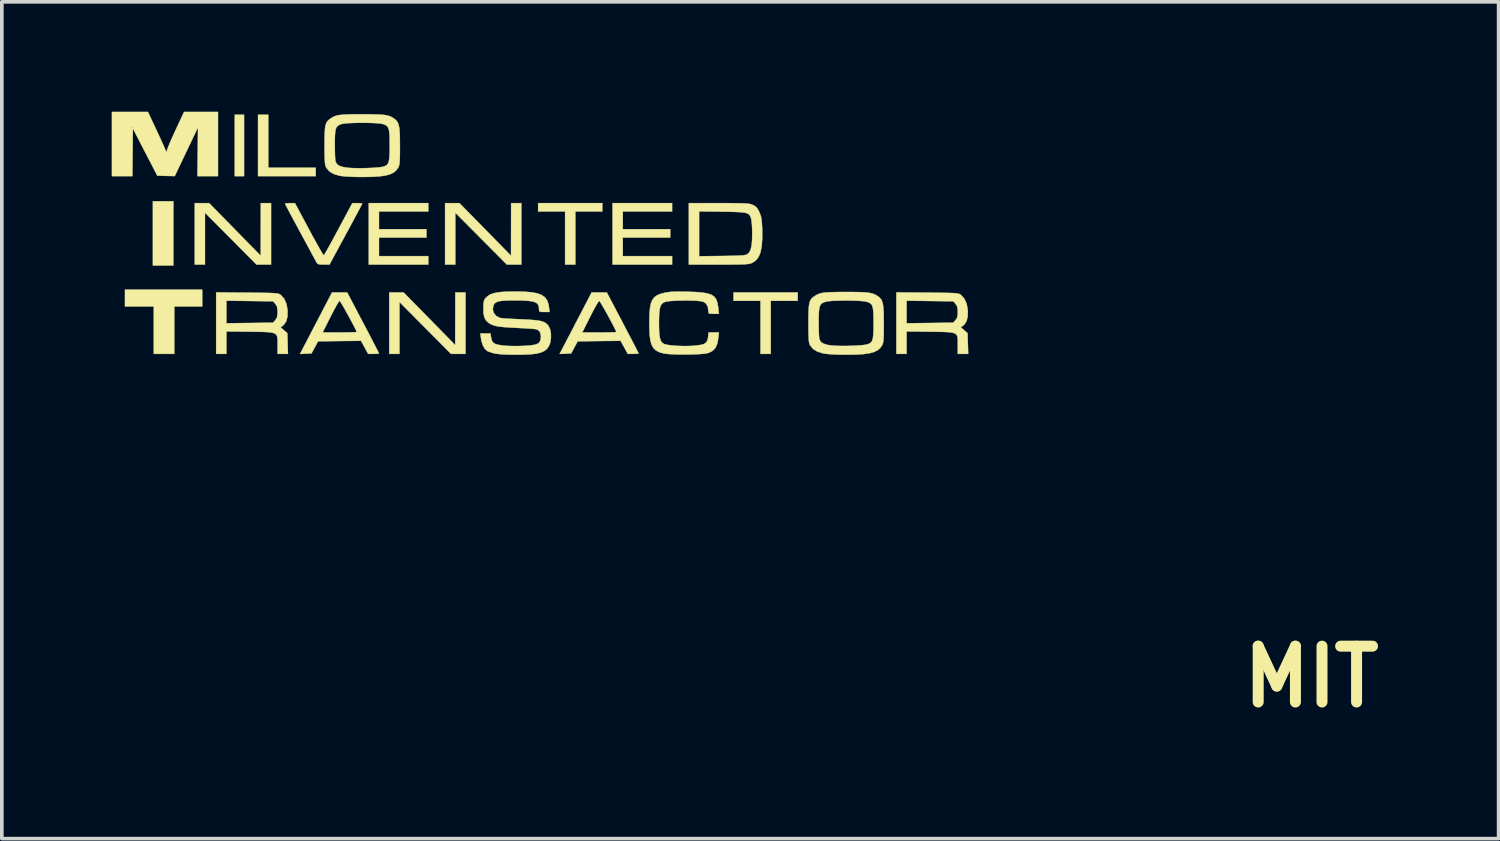
<source format=kicad_pcb>
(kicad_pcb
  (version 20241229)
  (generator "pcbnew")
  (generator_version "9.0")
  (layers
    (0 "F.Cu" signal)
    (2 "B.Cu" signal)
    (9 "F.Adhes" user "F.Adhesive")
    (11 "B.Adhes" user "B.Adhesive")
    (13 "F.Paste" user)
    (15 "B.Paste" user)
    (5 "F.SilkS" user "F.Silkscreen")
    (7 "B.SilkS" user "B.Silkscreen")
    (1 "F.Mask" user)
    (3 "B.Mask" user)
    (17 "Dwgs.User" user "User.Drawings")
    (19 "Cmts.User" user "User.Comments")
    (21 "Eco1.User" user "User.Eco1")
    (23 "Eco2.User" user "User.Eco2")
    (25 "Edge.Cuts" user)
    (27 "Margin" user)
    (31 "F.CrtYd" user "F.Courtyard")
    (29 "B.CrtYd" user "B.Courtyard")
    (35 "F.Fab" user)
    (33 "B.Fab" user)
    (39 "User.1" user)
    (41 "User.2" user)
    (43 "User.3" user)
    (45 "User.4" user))
  (footprint "MIT"
    (layer "F.Cu")
    (at 32.746 15.423)
    (property "Reference" "MIT" (at 0 0 0) (layer "F.SilkS") (effects (font (size 1.524 1.524) (thickness 0.3))))
    (attr through_hole)
    (fp_poly (pts (xy -31.064 -11.227) (xy -31.623 -11.227) (xy -31.623 -12.979) (xy -31.064 -12.979) (xy -31.064 -11.227)) (stroke (width 0.01) (type solid)) (fill yes) (layer "F.SilkS"))
    (fp_poly (pts (xy -29.134 -13.665) (xy -29.388 -13.665) (xy -29.388 -15.342) (xy -29.134 -15.342) (xy -29.134 -13.665)) (stroke (width 0.01) (type solid)) (fill yes) (layer "F.SilkS"))
    (fp_poly (pts (xy -28.473 -13.894) (xy -27.178 -13.894) (xy -27.178 -13.665) (xy -28.753 -13.665) (xy -28.753 -15.342) (xy -28.473 -15.342) (xy -28.473 -13.894)) (stroke (width 0.01) (type solid)) (fill yes) (layer "F.SilkS"))
    (fp_poly (pts (xy -30.277 -10.109) (xy -31.039 -10.109) (xy -31.039 -8.814) (xy -31.598 -8.814) (xy -31.598 -10.109) (xy -32.385 -10.109) (xy -32.385 -10.566) (xy -30.277 -10.566) (xy -30.277 -10.109)) (stroke (width 0.01) (type solid)) (fill yes) (layer "F.SilkS"))
    (fp_poly (pts (xy -19.355 -12.7) (xy -20.091 -12.7) (xy -20.091 -11.252) (xy -20.371 -11.252) (xy -20.371 -12.7) (xy -21.107 -12.7) (xy -21.107 -12.929) (xy -19.355 -12.929) (xy -19.355 -12.7)) (stroke (width 0.01) (type solid)) (fill yes) (layer "F.SilkS"))
    (fp_poly (pts (xy -14.021 -10.262) (xy -14.757 -10.262) (xy -14.757 -8.814) (xy -15.037 -8.814) (xy -15.037 -10.262) (xy -15.773 -10.262) (xy -15.773 -10.49) (xy -14.021 -10.49) (xy -14.021 -10.262)) (stroke (width 0.01) (type solid)) (fill yes) (layer "F.SilkS"))
    (fp_poly (pts (xy -29.384 -12.211) (xy -28.679 -11.493) (xy -28.677 -12.929) (xy -28.397 -12.929) (xy -28.397 -11.252) (xy -28.794 -11.252) (xy -29.497 -11.96) (xy -30.201 -12.667) (xy -30.201 -11.252) (xy -30.48 -11.252) (xy -30.48 -12.929) (xy -30.088 -12.929) (xy -29.384 -12.211)) (stroke (width 0.01) (type solid)) (fill yes) (layer "F.SilkS"))
    (fp_poly (pts (xy -24.105 -12.7) (xy -25.451 -12.7) (xy -25.451 -12.217) (xy -24.155 -12.217) (xy -24.155 -11.989) (xy -25.451 -11.989) (xy -25.451 -11.481) (xy -24.105 -11.481) (xy -24.105 -11.252) (xy -25.73 -11.252) (xy -25.73 -12.929) (xy -24.105 -12.929) (xy -24.105 -12.7)) (stroke (width 0.01) (type solid)) (fill yes) (layer "F.SilkS"))
    (fp_poly (pts (xy -24.075 -9.773) (xy -23.371 -9.055) (xy -23.368 -10.49) (xy -23.089 -10.49) (xy -23.089 -8.814) (xy -23.485 -8.814) (xy -24.189 -9.521) (xy -24.892 -10.229) (xy -24.892 -8.814) (xy -25.171 -8.814) (xy -25.171 -10.49) (xy -24.78 -10.49) (xy -24.075 -9.773)) (stroke (width 0.01) (type solid)) (fill yes) (layer "F.SilkS"))
    (fp_poly (pts (xy -22.551 -12.211) (xy -21.847 -11.493) (xy -21.844 -12.929) (xy -21.565 -12.929) (xy -21.565 -11.252) (xy -21.961 -11.252) (xy -22.665 -11.96) (xy -23.368 -12.667) (xy -23.368 -11.252) (xy -23.647 -11.252) (xy -23.647 -12.929) (xy -23.256 -12.929) (xy -22.551 -12.211)) (stroke (width 0.01) (type solid)) (fill yes) (layer "F.SilkS"))
    (fp_poly (pts (xy -17.45 -12.7) (xy -18.796 -12.7) (xy -18.796 -12.217) (xy -17.501 -12.217) (xy -17.501 -11.989) (xy -18.796 -11.989) (xy -18.796 -11.481) (xy -17.45 -11.481) (xy -17.45 -11.252) (xy -19.075 -11.252) (xy -19.075 -12.929) (xy -17.45 -12.929) (xy -17.45 -12.7)) (stroke (width 0.01) (type solid)) (fill yes) (layer "F.SilkS"))
    (fp_poly (pts (xy -31.546 -14.967) (xy -31.477 -14.819) (xy -31.413 -14.679) (xy -31.357 -14.557) (xy -31.315 -14.461) (xy -31.29 -14.402) (xy -31.289 -14.402) (xy -31.263 -14.34) (xy -31.248 -14.323) (xy -31.243 -14.348) (xy -31.243 -14.349) (xy -31.232 -14.39) (xy -31.203 -14.469) (xy -31.158 -14.578) (xy -31.1 -14.71) (xy -31.034 -14.857) (xy -31.007 -14.914) (xy -30.772 -15.418) (xy -30.309 -15.418) (xy -29.845 -15.418) (xy -29.845 -13.665) (xy -30.407 -13.665) (xy -30.391 -14.999) (xy -30.709 -14.332) (xy -31.026 -13.666) (xy -31.264 -13.672) (xy -31.502 -13.678) (xy -31.836 -14.322) (xy -32.169 -14.967) (xy -32.176 -14.316) (xy -32.183 -13.665) (xy -32.741 -13.665) (xy -32.741 -14.999) (xy -32.207 -14.999) (xy -32.194 -14.986) (xy -32.182 -14.999) (xy -32.194 -15.011) (xy -32.207 -14.999) (xy -32.741 -14.999) (xy -32.741 -15.418) (xy -31.758 -15.418) (xy -31.546 -14.967)) (stroke (width 0.01) (type solid)) (fill yes) (layer "F.SilkS"))
    (fp_poly (pts (xy -27.361 -12.211) (xy -27.268 -12.037) (xy -27.181 -11.879) (xy -27.104 -11.742) (xy -27.04 -11.631) (xy -26.993 -11.551) (xy -26.964 -11.509) (xy -26.957 -11.503) (xy -26.941 -11.527) (xy -26.903 -11.59) (xy -26.848 -11.687) (xy -26.778 -11.813) (xy -26.697 -11.962) (xy -26.607 -12.129) (xy -26.558 -12.22) (xy -26.179 -12.929) (xy -26.044 -12.929) (xy -25.968 -12.926) (xy -25.919 -12.921) (xy -25.908 -12.916) (xy -25.92 -12.891) (xy -25.953 -12.827) (xy -26.005 -12.728) (xy -26.074 -12.6) (xy -26.156 -12.447) (xy -26.248 -12.275) (xy -26.349 -12.088) (xy -26.355 -12.078) (xy -26.802 -11.252) (xy -26.964 -11.252) (xy -27.054 -11.254) (xy -27.108 -11.264) (xy -27.139 -11.284) (xy -27.155 -11.309) (xy -27.174 -11.345) (xy -27.214 -11.419) (xy -27.273 -11.527) (xy -27.346 -11.663) (xy -27.431 -11.82) (xy -27.526 -11.995) (xy -27.601 -12.133) (xy -27.698 -12.314) (xy -27.788 -12.48) (xy -27.867 -12.627) (xy -27.931 -12.749) (xy -27.98 -12.841) (xy -28.009 -12.898) (xy -28.016 -12.914) (xy -27.993 -12.922) (xy -27.934 -12.927) (xy -27.881 -12.929) (xy -27.745 -12.929) (xy -27.361 -12.211)) (stroke (width 0.01) (type solid)) (fill yes) (layer "F.SilkS"))
    (fp_poly (pts (xy -25.885 -9.664) (xy -25.786 -9.476) (xy -25.695 -9.302) (xy -25.615 -9.147) (xy -25.548 -9.018) (xy -25.496 -8.917) (xy -25.463 -8.852) (xy -25.451 -8.826) (xy -25.451 -8.826) (xy -25.474 -8.819) (xy -25.534 -8.815) (xy -25.599 -8.814) (xy -25.747 -8.814) (xy -25.942 -9.17) (xy -26.528 -9.164) (xy -27.114 -9.157) (xy -27.293 -8.826) (xy -27.607 -8.811) (xy -27.424 -9.162) (xy -27.353 -9.299) (xy -27.301 -9.398) (xy -26.99 -9.398) (xy -26.525 -9.398) (xy -26.378 -9.399) (xy -26.25 -9.401) (xy -26.149 -9.404) (xy -26.083 -9.407) (xy -26.06 -9.411) (xy -26.072 -9.444) (xy -26.104 -9.511) (xy -26.151 -9.603) (xy -26.209 -9.713) (xy -26.273 -9.832) (xy -26.338 -9.95) (xy -26.4 -10.061) (xy -26.455 -10.155) (xy -26.497 -10.224) (xy -26.522 -10.259) (xy -26.526 -10.261) (xy -26.546 -10.24) (xy -26.585 -10.179) (xy -26.637 -10.088) (xy -26.7 -9.971) (xy -26.769 -9.837) (xy -26.773 -9.83) (xy -26.99 -9.398) (xy -27.301 -9.398) (xy -27.266 -9.466) (xy -27.17 -9.65) (xy -27.074 -9.835) (xy -26.988 -10.001) (xy -26.733 -10.49) (xy -26.526 -10.49) (xy -26.319 -10.49) (xy -25.885 -9.664)) (stroke (width 0.01) (type solid)) (fill yes) (layer "F.SilkS"))
    (fp_poly (pts (xy -18.798 -9.664) (xy -18.7 -9.476) (xy -18.609 -9.302) (xy -18.528 -9.147) (xy -18.461 -9.018) (xy -18.41 -8.917) (xy -18.376 -8.852) (xy -18.364 -8.826) (xy -18.364 -8.826) (xy -18.387 -8.819) (xy -18.447 -8.815) (xy -18.512 -8.814) (xy -18.66 -8.814) (xy -18.856 -9.17) (xy -19.442 -9.164) (xy -20.027 -9.157) (xy -20.206 -8.826) (xy -20.521 -8.811) (xy -20.338 -9.162) (xy -20.266 -9.299) (xy -20.215 -9.398) (xy -19.903 -9.398) (xy -19.439 -9.398) (xy -19.291 -9.399) (xy -19.163 -9.401) (xy -19.062 -9.404) (xy -18.997 -9.407) (xy -18.974 -9.411) (xy -18.985 -9.444) (xy -19.017 -9.511) (xy -19.064 -9.603) (xy -19.122 -9.713) (xy -19.186 -9.832) (xy -19.251 -9.95) (xy -19.314 -10.061) (xy -19.368 -10.155) (xy -19.411 -10.224) (xy -19.436 -10.259) (xy -19.44 -10.261) (xy -19.46 -10.24) (xy -19.498 -10.179) (xy -19.551 -10.088) (xy -19.614 -9.971) (xy -19.683 -9.837) (xy -19.686 -9.83) (xy -19.903 -9.398) (xy -20.215 -9.398) (xy -20.179 -9.466) (xy -20.084 -9.65) (xy -19.987 -9.835) (xy -19.901 -10.001) (xy -19.647 -10.49) (xy -19.44 -10.49) (xy -19.232 -10.49) (xy -18.798 -9.664)) (stroke (width 0.01) (type solid)) (fill yes) (layer "F.SilkS"))
    (fp_poly (pts (xy -29.051 -10.485) (xy -28.821 -10.483) (xy -28.636 -10.48) (xy -28.491 -10.478) (xy -28.38 -10.474) (xy -28.298 -10.47) (xy -28.239 -10.464) (xy -28.198 -10.456) (xy -28.169 -10.445) (xy -28.147 -10.433) (xy -28.139 -10.427) (xy -28.041 -10.322) (xy -27.977 -10.18) (xy -27.946 -10.002) (xy -27.946 -9.997) (xy -27.949 -9.831) (xy -27.982 -9.702) (xy -28.047 -9.608) (xy -28.074 -9.585) (xy -28.137 -9.538) (xy -28.045 -9.458) (xy -27.953 -9.379) (xy -27.936 -8.814) (xy -28.219 -8.814) (xy -28.219 -9.067) (xy -28.219 -9.164) (xy -28.222 -9.241) (xy -28.234 -9.3) (xy -28.259 -9.343) (xy -28.303 -9.374) (xy -28.372 -9.394) (xy -28.471 -9.406) (xy -28.604 -9.413) (xy -28.778 -9.416) (xy -28.987 -9.419) (xy -29.616 -9.427) (xy -29.616 -8.814) (xy -29.896 -8.814) (xy -29.896 -9.649) (xy -29.616 -9.649) (xy -28.979 -9.657) (xy -28.342 -9.665) (xy -28.281 -9.736) (xy -28.243 -9.79) (xy -28.225 -9.854) (xy -28.219 -9.947) (xy -28.219 -9.957) (xy -28.224 -10.053) (xy -28.241 -10.118) (xy -28.276 -10.173) (xy -28.281 -10.178) (xy -28.342 -10.249) (xy -29.616 -10.265) (xy -29.616 -9.649) (xy -29.896 -9.649) (xy -29.896 -10.492) (xy -29.051 -10.485)) (stroke (width 0.01) (type solid)) (fill yes) (layer "F.SilkS"))
    (fp_poly (pts (xy -10.484 -10.485) (xy -10.254 -10.483) (xy -10.069 -10.48) (xy -9.923 -10.478) (xy -9.813 -10.474) (xy -9.73 -10.47) (xy -9.672 -10.464) (xy -9.63 -10.456) (xy -9.602 -10.445) (xy -9.579 -10.433) (xy -9.571 -10.427) (xy -9.474 -10.322) (xy -9.409 -10.18) (xy -9.379 -10.002) (xy -9.378 -9.997) (xy -9.381 -9.831) (xy -9.415 -9.702) (xy -9.48 -9.608) (xy -9.507 -9.585) (xy -9.57 -9.538) (xy -9.477 -9.458) (xy -9.385 -9.379) (xy -9.368 -8.814) (xy -9.652 -8.814) (xy -9.652 -9.067) (xy -9.652 -9.164) (xy -9.655 -9.241) (xy -9.666 -9.3) (xy -9.692 -9.343) (xy -9.736 -9.374) (xy -9.805 -9.394) (xy -9.903 -9.406) (xy -10.037 -9.413) (xy -10.211 -9.416) (xy -10.419 -9.419) (xy -11.049 -9.427) (xy -11.049 -8.814) (xy -11.328 -8.814) (xy -11.328 -9.649) (xy -11.049 -9.649) (xy -10.412 -9.657) (xy -9.775 -9.665) (xy -9.713 -9.736) (xy -9.676 -9.79) (xy -9.657 -9.854) (xy -9.652 -9.947) (xy -9.652 -9.957) (xy -9.657 -10.053) (xy -9.674 -10.118) (xy -9.709 -10.173) (xy -9.713 -10.178) (xy -9.775 -10.249) (xy -11.049 -10.265) (xy -11.049 -9.649) (xy -11.328 -9.649) (xy -11.328 -10.492) (xy -10.484 -10.485)) (stroke (width 0.01) (type solid)) (fill yes) (layer "F.SilkS"))
    (fp_poly (pts (xy -16.173 -12.928) (xy -15.946 -12.928) (xy -15.763 -12.927) (xy -15.619 -12.925) (xy -15.508 -12.922) (xy -15.425 -12.918) (xy -15.363 -12.911) (xy -15.316 -12.903) (xy -15.279 -12.892) (xy -15.245 -12.878) (xy -15.245 -12.878) (xy -15.178 -12.841) (xy -15.129 -12.792) (xy -15.085 -12.716) (xy -15.069 -12.682) (xy -15.041 -12.615) (xy -15.021 -12.55) (xy -15.008 -12.475) (xy -14.999 -12.378) (xy -14.992 -12.246) (xy -14.991 -12.199) (xy -14.99 -11.95) (xy -15.005 -11.745) (xy -15.039 -11.581) (xy -15.092 -11.455) (xy -15.165 -11.363) (xy -15.253 -11.303) (xy -15.285 -11.289) (xy -15.319 -11.278) (xy -15.363 -11.269) (xy -15.422 -11.263) (xy -15.501 -11.258) (xy -15.606 -11.255) (xy -15.744 -11.253) (xy -15.921 -11.252) (xy -16.141 -11.252) (xy -16.175 -11.252) (xy -16.993 -11.252) (xy -16.993 -11.478) (xy -16.713 -11.478) (xy -16.085 -11.486) (xy -15.879 -11.489) (xy -15.719 -11.493) (xy -15.598 -11.498) (xy -15.511 -11.504) (xy -15.451 -11.513) (xy -15.413 -11.524) (xy -15.399 -11.531) (xy -15.345 -11.582) (xy -15.306 -11.658) (xy -15.281 -11.766) (xy -15.267 -11.91) (xy -15.263 -12.079) (xy -15.265 -12.211) (xy -15.271 -12.335) (xy -15.28 -12.435) (xy -15.29 -12.495) (xy -15.307 -12.55) (xy -15.328 -12.593) (xy -15.358 -12.627) (xy -15.404 -12.651) (xy -15.472 -12.668) (xy -15.567 -12.68) (xy -15.695 -12.687) (xy -15.862 -12.692) (xy -16.074 -12.695) (xy -16.083 -12.695) (xy -16.713 -12.703) (xy -16.713 -11.478) (xy -16.993 -11.478) (xy -16.993 -12.929) (xy -16.173 -12.928)) (stroke (width 0.01) (type solid)) (fill yes) (layer "F.SilkS"))
    (fp_poly (pts (xy -17.085 -10.511) (xy -17.011 -10.509) (xy -16.788 -10.501) (xy -16.611 -10.486) (xy -16.474 -10.461) (xy -16.37 -10.424) (xy -16.296 -10.372) (xy -16.245 -10.301) (xy -16.213 -10.208) (xy -16.192 -10.091) (xy -16.189 -10.059) (xy -16.173 -9.906) (xy -16.316 -9.906) (xy -16.397 -9.907) (xy -16.44 -9.915) (xy -16.456 -9.936) (xy -16.459 -9.976) (xy -16.459 -9.978) (xy -16.476 -10.103) (xy -16.526 -10.19) (xy -16.607 -10.24) (xy -16.677 -10.253) (xy -16.785 -10.263) (xy -16.921 -10.269) (xy -17.072 -10.271) (xy -17.228 -10.269) (xy -17.375 -10.264) (xy -17.503 -10.255) (xy -17.599 -10.243) (xy -17.64 -10.233) (xy -17.699 -10.206) (xy -17.742 -10.164) (xy -17.773 -10.102) (xy -17.793 -10.013) (xy -17.804 -9.889) (xy -17.808 -9.724) (xy -17.809 -9.652) (xy -17.806 -9.468) (xy -17.796 -9.328) (xy -17.778 -9.225) (xy -17.75 -9.154) (xy -17.709 -9.107) (xy -17.655 -9.078) (xy -17.651 -9.077) (xy -17.561 -9.057) (xy -17.434 -9.041) (xy -17.283 -9.031) (xy -17.121 -9.027) (xy -16.961 -9.029) (xy -16.819 -9.038) (xy -16.681 -9.056) (xy -16.585 -9.081) (xy -16.523 -9.12) (xy -16.487 -9.178) (xy -16.468 -9.261) (xy -16.466 -9.281) (xy -16.453 -9.398) (xy -16.173 -9.398) (xy -16.189 -9.245) (xy -16.216 -9.093) (xy -16.265 -8.98) (xy -16.342 -8.899) (xy -16.452 -8.841) (xy -16.459 -8.839) (xy -16.527 -8.824) (xy -16.636 -8.812) (xy -16.774 -8.803) (xy -16.933 -8.798) (xy -17.101 -8.796) (xy -17.268 -8.797) (xy -17.424 -8.802) (xy -17.559 -8.81) (xy -17.663 -8.822) (xy -17.697 -8.829) (xy -17.81 -8.864) (xy -17.898 -8.912) (xy -17.965 -8.979) (xy -18.013 -9.07) (xy -18.045 -9.192) (xy -18.064 -9.349) (xy -18.071 -9.549) (xy -18.072 -9.652) (xy -18.069 -9.871) (xy -18.056 -10.045) (xy -18.031 -10.181) (xy -17.991 -10.284) (xy -17.934 -10.36) (xy -17.856 -10.415) (xy -17.754 -10.456) (xy -17.664 -10.479) (xy -17.58 -10.495) (xy -17.49 -10.506) (xy -17.384 -10.512) (xy -17.253 -10.513) (xy -17.085 -10.511)) (stroke (width 0.01) (type solid)) (fill yes) (layer "F.SilkS"))
    (fp_poly (pts (xy -25.695 -15.354) (xy -25.526 -15.35) (xy -25.394 -15.344) (xy -25.291 -15.334) (xy -25.211 -15.318) (xy -25.146 -15.297) (xy -25.089 -15.268) (xy -25.041 -15.237) (xy -24.99 -15.196) (xy -24.951 -15.15) (xy -24.922 -15.09) (xy -24.902 -15.011) (xy -24.889 -14.905) (xy -24.882 -14.766) (xy -24.88 -14.586) (xy -24.879 -14.491) (xy -24.88 -14.312) (xy -24.882 -14.176) (xy -24.886 -14.076) (xy -24.893 -14.005) (xy -24.903 -13.954) (xy -24.916 -13.916) (xy -24.923 -13.902) (xy -24.977 -13.826) (xy -25.049 -13.764) (xy -25.144 -13.717) (xy -25.268 -13.683) (xy -25.426 -13.66) (xy -25.622 -13.647) (xy -25.863 -13.642) (xy -25.921 -13.642) (xy -26.124 -13.645) (xy -26.3 -13.653) (xy -26.441 -13.664) (xy -26.537 -13.678) (xy -26.694 -13.728) (xy -26.81 -13.799) (xy -26.89 -13.897) (xy -26.893 -13.902) (xy -26.908 -13.936) (xy -26.919 -13.98) (xy -26.927 -14.041) (xy -26.932 -14.127) (xy -26.935 -14.245) (xy -26.937 -14.403) (xy -26.937 -14.503) (xy -26.937 -14.53) (xy -26.657 -14.53) (xy -26.656 -14.388) (xy -26.653 -14.259) (xy -26.648 -14.154) (xy -26.641 -14.084) (xy -26.638 -14.066) (xy -26.602 -13.997) (xy -26.534 -13.947) (xy -26.428 -13.913) (xy -26.295 -13.893) (xy -26.181 -13.885) (xy -26.04 -13.882) (xy -25.884 -13.882) (xy -25.726 -13.887) (xy -25.578 -13.894) (xy -25.452 -13.905) (xy -25.361 -13.918) (xy -25.343 -13.922) (xy -25.281 -13.942) (xy -25.235 -13.971) (xy -25.202 -14.015) (xy -25.18 -14.081) (xy -25.167 -14.176) (xy -25.16 -14.308) (xy -25.159 -14.482) (xy -25.159 -14.503) (xy -25.16 -14.682) (xy -25.165 -14.817) (xy -25.178 -14.916) (xy -25.198 -14.985) (xy -25.231 -15.031) (xy -25.277 -15.063) (xy -25.339 -15.086) (xy -25.355 -15.09) (xy -25.428 -15.102) (xy -25.539 -15.112) (xy -25.678 -15.118) (xy -25.834 -15.121) (xy -25.995 -15.121) (xy -26.149 -15.117) (xy -26.287 -15.111) (xy -26.395 -15.102) (xy -26.461 -15.091) (xy -26.528 -15.068) (xy -26.578 -15.037) (xy -26.614 -14.993) (xy -26.637 -14.926) (xy -26.65 -14.83) (xy -26.656 -14.698) (xy -26.657 -14.53) (xy -26.937 -14.53) (xy -26.936 -14.699) (xy -26.932 -14.851) (xy -26.924 -14.967) (xy -26.91 -15.053) (xy -26.889 -15.116) (xy -26.859 -15.164) (xy -26.819 -15.204) (xy -26.778 -15.234) (xy -26.722 -15.271) (xy -26.665 -15.299) (xy -26.598 -15.32) (xy -26.516 -15.335) (xy -26.411 -15.345) (xy -26.276 -15.351) (xy -26.104 -15.354) (xy -25.908 -15.354) (xy -25.695 -15.354)) (stroke (width 0.01) (type solid)) (fill yes) (layer "F.SilkS"))
    (fp_poly (pts (xy -12.487 -10.502) (xy -12.318 -10.499) (xy -12.186 -10.493) (xy -12.083 -10.482) (xy -12.003 -10.467) (xy -11.938 -10.445) (xy -11.881 -10.417) (xy -11.833 -10.386) (xy -11.782 -10.345) (xy -11.743 -10.298) (xy -11.714 -10.239) (xy -11.694 -10.16) (xy -11.681 -10.054) (xy -11.674 -9.915) (xy -11.672 -9.734) (xy -11.671 -9.639) (xy -11.672 -9.46) (xy -11.674 -9.325) (xy -11.678 -9.225) (xy -11.685 -9.153) (xy -11.695 -9.102) (xy -11.708 -9.065) (xy -11.715 -9.051) (xy -11.769 -8.974) (xy -11.841 -8.913) (xy -11.936 -8.866) (xy -12.06 -8.831) (xy -12.218 -8.808) (xy -12.414 -8.795) (xy -12.655 -8.791) (xy -12.713 -8.791) (xy -12.916 -8.794) (xy -13.092 -8.801) (xy -13.233 -8.813) (xy -13.329 -8.827) (xy -13.486 -8.876) (xy -13.602 -8.948) (xy -13.682 -9.045) (xy -13.685 -9.051) (xy -13.7 -9.085) (xy -13.711 -9.129) (xy -13.719 -9.19) (xy -13.724 -9.276) (xy -13.727 -9.394) (xy -13.729 -9.551) (xy -13.729 -9.652) (xy -13.729 -9.679) (xy -13.449 -9.679) (xy -13.448 -9.536) (xy -13.445 -9.408) (xy -13.44 -9.303) (xy -13.433 -9.233) (xy -13.43 -9.214) (xy -13.394 -9.146) (xy -13.326 -9.096) (xy -13.22 -9.061) (xy -13.087 -9.041) (xy -12.973 -9.034) (xy -12.832 -9.03) (xy -12.676 -9.031) (xy -12.518 -9.035) (xy -12.37 -9.043) (xy -12.244 -9.053) (xy -12.153 -9.066) (xy -12.135 -9.07) (xy -12.073 -9.091) (xy -12.027 -9.119) (xy -11.994 -9.163) (xy -11.972 -9.229) (xy -11.959 -9.325) (xy -11.952 -9.456) (xy -11.951 -9.631) (xy -11.951 -9.652) (xy -11.952 -9.831) (xy -11.957 -9.966) (xy -11.97 -10.065) (xy -11.99 -10.134) (xy -12.023 -10.18) (xy -12.069 -10.211) (xy -12.131 -10.234) (xy -12.147 -10.239) (xy -12.22 -10.251) (xy -12.331 -10.26) (xy -12.47 -10.266) (xy -12.626 -10.269) (xy -12.787 -10.269) (xy -12.941 -10.266) (xy -13.079 -10.26) (xy -13.187 -10.251) (xy -13.253 -10.239) (xy -13.32 -10.216) (xy -13.37 -10.186) (xy -13.406 -10.141) (xy -13.429 -10.074) (xy -13.442 -9.979) (xy -13.448 -9.846) (xy -13.449 -9.679) (xy -13.729 -9.679) (xy -13.728 -9.848) (xy -13.724 -10) (xy -13.716 -10.115) (xy -13.702 -10.201) (xy -13.681 -10.265) (xy -13.651 -10.313) (xy -13.611 -10.353) (xy -13.57 -10.383) (xy -13.514 -10.419) (xy -13.457 -10.447) (xy -13.39 -10.469) (xy -13.308 -10.484) (xy -13.203 -10.494) (xy -13.068 -10.499) (xy -12.896 -10.502) (xy -12.7 -10.503) (xy -12.487 -10.502)) (stroke (width 0.01) (type solid)) (fill yes) (layer "F.SilkS"))
    (fp_poly (pts (xy -21.483 -10.511) (xy -21.286 -10.495) (xy -21.13 -10.466) (xy -21.011 -10.421) (xy -20.924 -10.359) (xy -20.863 -10.278) (xy -20.826 -10.174) (xy -20.811 -10.086) (xy -20.796 -9.957) (xy -20.939 -9.957) (xy -21.02 -9.958) (xy -21.063 -9.966) (xy -21.079 -9.987) (xy -21.082 -10.029) (xy -21.082 -10.035) (xy -21.089 -10.108) (xy -21.112 -10.165) (xy -21.157 -10.208) (xy -21.23 -10.238) (xy -21.336 -10.257) (xy -21.481 -10.268) (xy -21.669 -10.273) (xy -21.73 -10.273) (xy -21.914 -10.272) (xy -22.055 -10.266) (xy -22.158 -10.253) (xy -22.231 -10.233) (xy -22.281 -10.202) (xy -22.314 -10.161) (xy -22.327 -10.134) (xy -22.345 -10.03) (xy -22.319 -9.933) (xy -22.256 -9.852) (xy -22.16 -9.8) (xy -22.132 -9.793) (xy -22.082 -9.787) (xy -21.991 -9.779) (xy -21.868 -9.771) (xy -21.722 -9.764) (xy -21.564 -9.757) (xy -21.559 -9.756) (xy -21.359 -9.747) (xy -21.202 -9.735) (xy -21.082 -9.72) (xy -20.992 -9.698) (xy -20.924 -9.67) (xy -20.872 -9.631) (xy -20.828 -9.582) (xy -20.821 -9.573) (xy -20.779 -9.482) (xy -20.758 -9.363) (xy -20.758 -9.233) (xy -20.779 -9.111) (xy -20.797 -9.062) (xy -20.851 -8.967) (xy -20.924 -8.9) (xy -21.025 -8.853) (xy -21.142 -8.822) (xy -21.238 -8.809) (xy -21.371 -8.799) (xy -21.528 -8.793) (xy -21.699 -8.791) (xy -21.871 -8.793) (xy -22.031 -8.798) (xy -22.169 -8.808) (xy -22.272 -8.82) (xy -22.297 -8.825) (xy -22.387 -8.851) (xy -22.466 -8.879) (xy -22.496 -8.892) (xy -22.566 -8.956) (xy -22.622 -9.06) (xy -22.66 -9.193) (xy -22.667 -9.239) (xy -22.684 -9.373) (xy -22.409 -9.373) (xy -22.394 -9.274) (xy -22.374 -9.188) (xy -22.341 -9.128) (xy -22.286 -9.088) (xy -22.2 -9.062) (xy -22.073 -9.043) (xy -22.047 -9.04) (xy -21.913 -9.03) (xy -21.758 -9.027) (xy -21.597 -9.028) (xy -21.441 -9.035) (xy -21.304 -9.047) (xy -21.199 -9.063) (xy -21.164 -9.072) (xy -21.089 -9.11) (xy -21.047 -9.172) (xy -21.032 -9.27) (xy -21.031 -9.293) (xy -21.049 -9.395) (xy -21.103 -9.461) (xy -21.166 -9.487) (xy -21.208 -9.493) (xy -21.292 -9.5) (xy -21.409 -9.508) (xy -21.549 -9.516) (xy -21.704 -9.524) (xy -21.704 -9.524) (xy -21.899 -9.535) (xy -22.052 -9.546) (xy -22.169 -9.558) (xy -22.261 -9.575) (xy -22.334 -9.596) (xy -22.396 -9.623) (xy -22.449 -9.652) (xy -22.526 -9.719) (xy -22.576 -9.812) (xy -22.6 -9.937) (xy -22.602 -10.091) (xy -22.596 -10.193) (xy -22.586 -10.259) (xy -22.567 -10.305) (xy -22.533 -10.345) (xy -22.502 -10.375) (xy -22.436 -10.423) (xy -22.352 -10.46) (xy -22.244 -10.486) (xy -22.105 -10.504) (xy -21.929 -10.513) (xy -21.725 -10.516) (xy -21.483 -10.511)) (stroke (width 0.01) (type solid)) (fill yes) (layer "F.SilkS")))
  (gr_rect
    (start -3 -3)
    (end 37.857 19.841)
    (stroke (width 0.1) (type default))
    (fill no)
    (layer "Edge.Cuts")))
</source>
